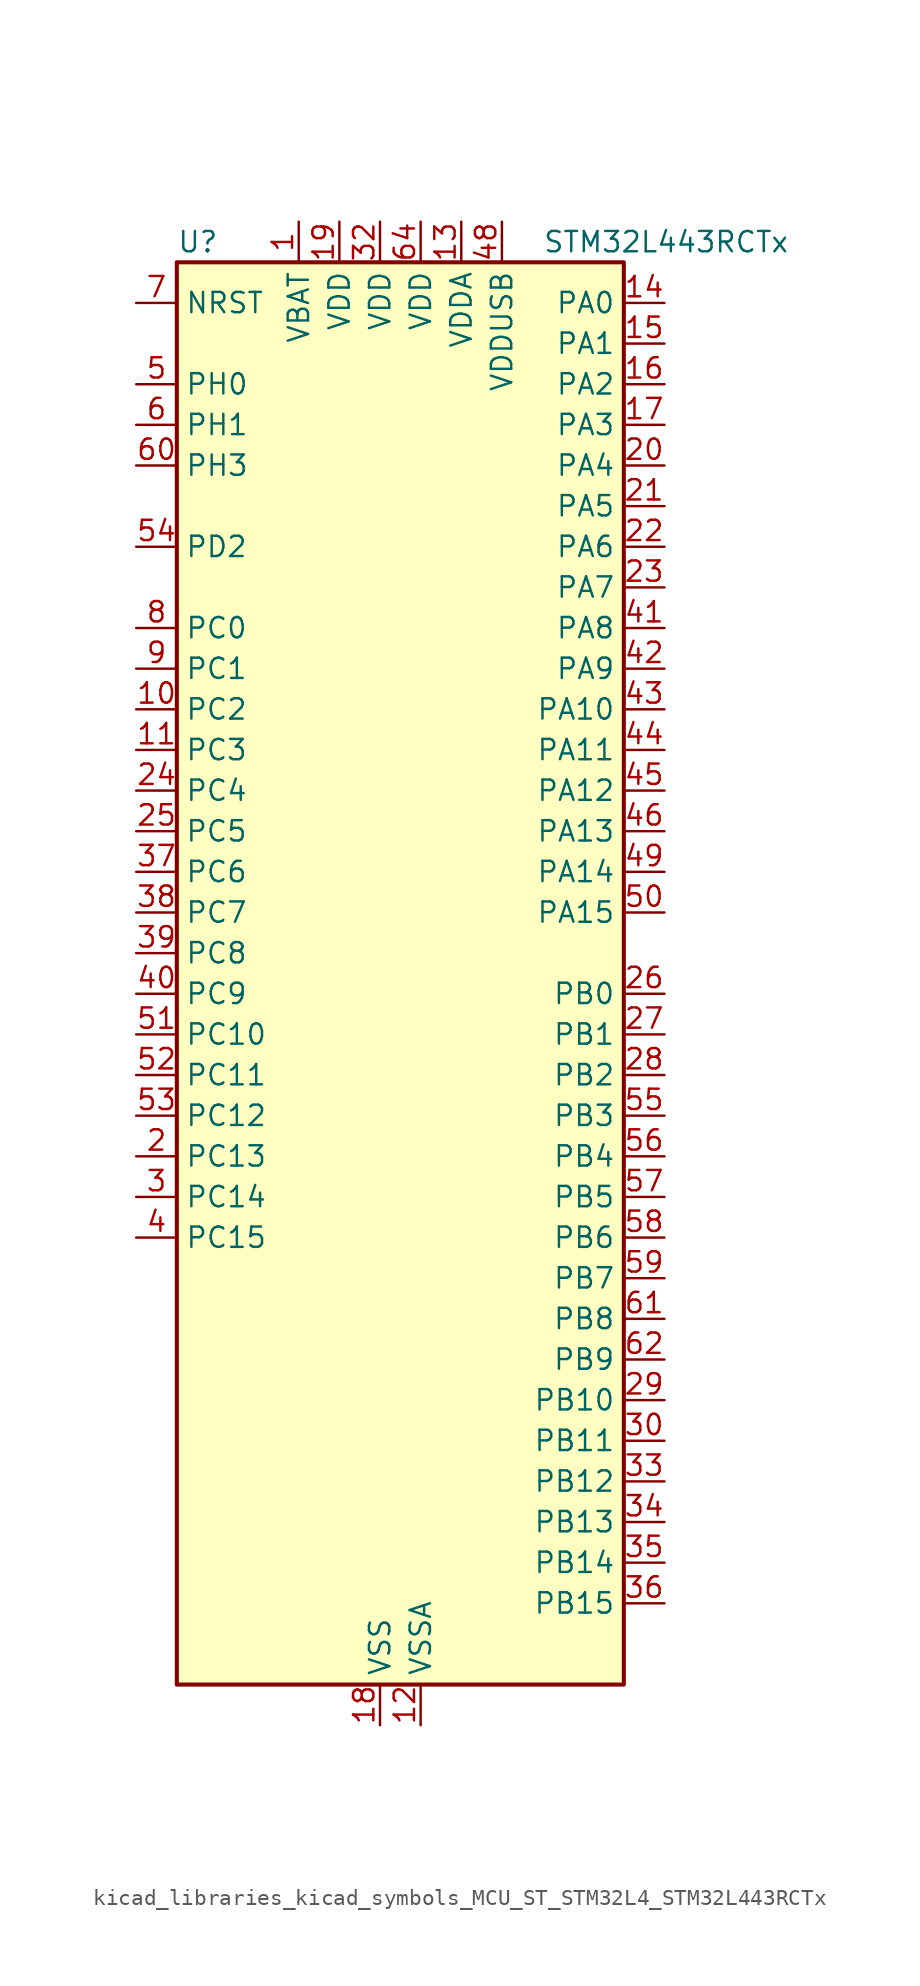
<source format=kicad_sym>
(kicad_symbol_lib
  (version 20220914)
  (generator kicad_symbol_editor)
  (symbol "kicad_libraries_kicad_symbols_MCU_ST_STM32L4_STM32L443RCTx"
    (property "Reference" "U"
      (at -12.7 46.99 0)
      (effects (font (size 1.27 1.27)) (justify left)))
    (property "Value" "STM32L443RCTx"
      (at 10.16 46.99 0)
      (effects (font (size 1.27 1.27)) (justify left)))
    (property "ki_locked" ""
      (at 0 0 0)
      (effects (font (size 1.27 1.27))))
    (symbol "kicad_libraries_kicad_symbols_MCU_ST_STM32L4_STM32L443RCTx_0_1"
      (rectangle (start -12.7 -43.18) (end 15.24 45.72) (stroke (width 0.254) (type default)) (fill (type background))))
    (symbol "kicad_libraries_kicad_symbols_MCU_ST_STM32L4_STM32L443RCTx_1_1"
      (pin power_in line (at -5.08 48.26 270) (length 2.54) (name "VBAT" (effects (font (size 1.27 1.27)))) (number "1" (effects (font (size 1.27 1.27)))))
      (pin bidirectional line (at -15.24 17.78 0) (length 2.54) (name "PC2" (effects (font (size 1.27 1.27)))) (number "10" (effects (font (size 1.27 1.27)))) (alternate "ADC1_IN3" bidirectional line) (alternate "LCD_SEG20" bidirectional line) (alternate "LPTIM1_IN2" bidirectional line) (alternate "SPI2_MISO" bidirectional line))
      (pin bidirectional line (at -15.24 15.24 0) (length 2.54) (name "PC3" (effects (font (size 1.27 1.27)))) (number "11" (effects (font (size 1.27 1.27)))) (alternate "ADC1_IN4" bidirectional line) (alternate "LCD_VLCD" bidirectional line) (alternate "LPTIM1_ETR" bidirectional line) (alternate "LPTIM2_ETR" bidirectional line) (alternate "SAI1_SD_A" bidirectional line) (alternate "SPI2_MOSI" bidirectional line))
      (pin power_in line (at 2.54 -45.72 90) (length 2.54) (name "VSSA" (effects (font (size 1.27 1.27)))) (number "12" (effects (font (size 1.27 1.27)))))
      (pin power_in line (at 5.08 48.26 270) (length 2.54) (name "VDDA" (effects (font (size 1.27 1.27)))) (number "13" (effects (font (size 1.27 1.27)))))
      (pin bidirectional line (at 17.78 43.18 180) (length 2.54) (name "PA0" (effects (font (size 1.27 1.27)))) (number "14" (effects (font (size 1.27 1.27)))) (alternate "ADC1_IN5" bidirectional line) (alternate "COMP1_INM" bidirectional line) (alternate "COMP1_OUT" bidirectional line) (alternate "OPAMP1_VINP" bidirectional line) (alternate "RTC_TAMP2" bidirectional line) (alternate "SAI1_EXTCLK" bidirectional line) (alternate "SYS_WKUP1" bidirectional line) (alternate "TIM2_CH1" bidirectional line) (alternate "TIM2_ETR" bidirectional line) (alternate "USART2_CTS" bidirectional line))
      (pin bidirectional line (at 17.78 40.64 180) (length 2.54) (name "PA1" (effects (font (size 1.27 1.27)))) (number "15" (effects (font (size 1.27 1.27)))) (alternate "ADC1_IN6" bidirectional line) (alternate "COMP1_INP" bidirectional line) (alternate "I2C1_SMBA" bidirectional line) (alternate "LCD_SEG0" bidirectional line) (alternate "OPAMP1_VINM" bidirectional line) (alternate "SPI1_SCK" bidirectional line) (alternate "TIM15_CH1N" bidirectional line) (alternate "TIM2_CH2" bidirectional line) (alternate "USART2_DE" bidirectional line) (alternate "USART2_RTS" bidirectional line))
      (pin bidirectional line (at 17.78 38.1 180) (length 2.54) (name "PA2" (effects (font (size 1.27 1.27)))) (number "16" (effects (font (size 1.27 1.27)))) (alternate "ADC1_IN7" bidirectional line) (alternate "COMP2_INM" bidirectional line) (alternate "COMP2_OUT" bidirectional line) (alternate "LCD_SEG1" bidirectional line) (alternate "LPUART1_TX" bidirectional line) (alternate "QUADSPI_BK1_NCS" bidirectional line) (alternate "RCC_LSCO" bidirectional line) (alternate "SYS_WKUP4" bidirectional line) (alternate "TIM15_CH1" bidirectional line) (alternate "TIM2_CH3" bidirectional line) (alternate "USART2_TX" bidirectional line))
      (pin bidirectional line (at 17.78 35.56 180) (length 2.54) (name "PA3" (effects (font (size 1.27 1.27)))) (number "17" (effects (font (size 1.27 1.27)))) (alternate "ADC1_IN8" bidirectional line) (alternate "COMP2_INP" bidirectional line) (alternate "LCD_SEG2" bidirectional line) (alternate "LPUART1_RX" bidirectional line) (alternate "OPAMP1_VOUT" bidirectional line) (alternate "QUADSPI_CLK" bidirectional line) (alternate "SAI1_MCLK_A" bidirectional line) (alternate "TIM15_CH2" bidirectional line) (alternate "TIM2_CH4" bidirectional line) (alternate "USART2_RX" bidirectional line))
      (pin power_in line (at 0 -45.72 90) (length 2.54) (name "VSS" (effects (font (size 1.27 1.27)))) (number "18" (effects (font (size 1.27 1.27)))))
      (pin power_in line (at -2.54 48.26 270) (length 2.54) (name "VDD" (effects (font (size 1.27 1.27)))) (number "19" (effects (font (size 1.27 1.27)))))
      (pin bidirectional line (at -15.24 -10.16 0) (length 2.54) (name "PC13" (effects (font (size 1.27 1.27)))) (number "2" (effects (font (size 1.27 1.27)))) (alternate "RTC_OUT_ALARM" bidirectional line) (alternate "RTC_OUT_CALIB" bidirectional line) (alternate "RTC_TAMP1" bidirectional line) (alternate "RTC_TS" bidirectional line) (alternate "SYS_WKUP2" bidirectional line))
      (pin bidirectional line (at 17.78 33.02 180) (length 2.54) (name "PA4" (effects (font (size 1.27 1.27)))) (number "20" (effects (font (size 1.27 1.27)))) (alternate "ADC1_IN9" bidirectional line) (alternate "COMP1_INM" bidirectional line) (alternate "COMP2_INM" bidirectional line) (alternate "DAC1_OUT1" bidirectional line) (alternate "LPTIM2_OUT" bidirectional line) (alternate "SAI1_FS_B" bidirectional line) (alternate "SPI1_NSS" bidirectional line) (alternate "SPI3_NSS" bidirectional line) (alternate "USART2_CK" bidirectional line))
      (pin bidirectional line (at 17.78 30.48 180) (length 2.54) (name "PA5" (effects (font (size 1.27 1.27)))) (number "21" (effects (font (size 1.27 1.27)))) (alternate "ADC1_IN10" bidirectional line) (alternate "COMP1_INM" bidirectional line) (alternate "COMP2_INM" bidirectional line) (alternate "DAC1_OUT2" bidirectional line) (alternate "LPTIM2_ETR" bidirectional line) (alternate "SPI1_SCK" bidirectional line) (alternate "TIM2_CH1" bidirectional line) (alternate "TIM2_ETR" bidirectional line))
      (pin bidirectional line (at 17.78 27.94 180) (length 2.54) (name "PA6" (effects (font (size 1.27 1.27)))) (number "22" (effects (font (size 1.27 1.27)))) (alternate "ADC1_IN11" bidirectional line) (alternate "COMP1_OUT" bidirectional line) (alternate "LCD_SEG3" bidirectional line) (alternate "LPUART1_CTS" bidirectional line) (alternate "QUADSPI_BK1_IO3" bidirectional line) (alternate "SPI1_MISO" bidirectional line) (alternate "TIM16_CH1" bidirectional line) (alternate "TIM1_BKIN" bidirectional line) (alternate "TIM1_BKIN_COMP2" bidirectional line) (alternate "USART3_CTS" bidirectional line))
      (pin bidirectional line (at 17.78 25.4 180) (length 2.54) (name "PA7" (effects (font (size 1.27 1.27)))) (number "23" (effects (font (size 1.27 1.27)))) (alternate "ADC1_IN12" bidirectional line) (alternate "COMP2_OUT" bidirectional line) (alternate "I2C3_SCL" bidirectional line) (alternate "LCD_SEG4" bidirectional line) (alternate "QUADSPI_BK1_IO2" bidirectional line) (alternate "SPI1_MOSI" bidirectional line) (alternate "TIM1_CH1N" bidirectional line))
      (pin bidirectional line (at -15.24 12.7 0) (length 2.54) (name "PC4" (effects (font (size 1.27 1.27)))) (number "24" (effects (font (size 1.27 1.27)))) (alternate "ADC1_IN13" bidirectional line) (alternate "COMP1_INM" bidirectional line) (alternate "LCD_SEG22" bidirectional line) (alternate "USART3_TX" bidirectional line))
      (pin bidirectional line (at -15.24 10.16 0) (length 2.54) (name "PC5" (effects (font (size 1.27 1.27)))) (number "25" (effects (font (size 1.27 1.27)))) (alternate "ADC1_IN14" bidirectional line) (alternate "COMP1_INP" bidirectional line) (alternate "LCD_SEG23" bidirectional line) (alternate "SYS_WKUP5" bidirectional line) (alternate "USART3_RX" bidirectional line))
      (pin bidirectional line (at 17.78 0 180) (length 2.54) (name "PB0" (effects (font (size 1.27 1.27)))) (number "26" (effects (font (size 1.27 1.27)))) (alternate "ADC1_IN15" bidirectional line) (alternate "COMP1_OUT" bidirectional line) (alternate "LCD_SEG5" bidirectional line) (alternate "QUADSPI_BK1_IO1" bidirectional line) (alternate "SAI1_EXTCLK" bidirectional line) (alternate "SPI1_NSS" bidirectional line) (alternate "TIM1_CH2N" bidirectional line) (alternate "USART3_CK" bidirectional line))
      (pin bidirectional line (at 17.78 -2.54 180) (length 2.54) (name "PB1" (effects (font (size 1.27 1.27)))) (number "27" (effects (font (size 1.27 1.27)))) (alternate "ADC1_IN16" bidirectional line) (alternate "COMP1_INM" bidirectional line) (alternate "LCD_SEG6" bidirectional line) (alternate "LPTIM2_IN1" bidirectional line) (alternate "LPUART1_DE" bidirectional line) (alternate "LPUART1_RTS" bidirectional line) (alternate "QUADSPI_BK1_IO0" bidirectional line) (alternate "TIM1_CH3N" bidirectional line) (alternate "USART3_DE" bidirectional line) (alternate "USART3_RTS" bidirectional line))
      (pin bidirectional line (at 17.78 -5.08 180) (length 2.54) (name "PB2" (effects (font (size 1.27 1.27)))) (number "28" (effects (font (size 1.27 1.27)))) (alternate "COMP1_INP" bidirectional line) (alternate "I2C3_SMBA" bidirectional line) (alternate "LCD_VLCD" bidirectional line) (alternate "LPTIM1_OUT" bidirectional line) (alternate "RTC_OUT_ALARM" bidirectional line) (alternate "RTC_OUT_CALIB" bidirectional line))
      (pin bidirectional line (at 17.78 -25.4 180) (length 2.54) (name "PB10" (effects (font (size 1.27 1.27)))) (number "29" (effects (font (size 1.27 1.27)))) (alternate "COMP1_OUT" bidirectional line) (alternate "I2C2_SCL" bidirectional line) (alternate "LCD_SEG10" bidirectional line) (alternate "LPUART1_RX" bidirectional line) (alternate "QUADSPI_CLK" bidirectional line) (alternate "SAI1_SCK_A" bidirectional line) (alternate "SPI2_SCK" bidirectional line) (alternate "TIM2_CH3" bidirectional line) (alternate "TSC_SYNC" bidirectional line) (alternate "USART3_TX" bidirectional line))
      (pin bidirectional line (at -15.24 -12.7 0) (length 2.54) (name "PC14" (effects (font (size 1.27 1.27)))) (number "3" (effects (font (size 1.27 1.27)))) (alternate "RCC_OSC32_IN" bidirectional line))
      (pin bidirectional line (at 17.78 -27.94 180) (length 2.54) (name "PB11" (effects (font (size 1.27 1.27)))) (number "30" (effects (font (size 1.27 1.27)))) (alternate "ADC1_EXTI11" bidirectional line) (alternate "COMP2_OUT" bidirectional line) (alternate "I2C2_SDA" bidirectional line) (alternate "LCD_SEG11" bidirectional line) (alternate "LPUART1_TX" bidirectional line) (alternate "QUADSPI_BK1_NCS" bidirectional line) (alternate "TIM2_CH4" bidirectional line) (alternate "USART3_RX" bidirectional line))
      (pin passive line (at 0 -45.72 90) (length 2.54) hide (name "VSS" (effects (font (size 1.27 1.27)))) (number "31" (effects (font (size 1.27 1.27)))))
      (pin power_in line (at 0 48.26 270) (length 2.54) (name "VDD" (effects (font (size 1.27 1.27)))) (number "32" (effects (font (size 1.27 1.27)))))
      (pin bidirectional line (at 17.78 -30.48 180) (length 2.54) (name "PB12" (effects (font (size 1.27 1.27)))) (number "33" (effects (font (size 1.27 1.27)))) (alternate "I2C2_SMBA" bidirectional line) (alternate "LCD_SEG12" bidirectional line) (alternate "LPUART1_DE" bidirectional line) (alternate "LPUART1_RTS" bidirectional line) (alternate "SAI1_FS_A" bidirectional line) (alternate "SPI2_NSS" bidirectional line) (alternate "SWPMI1_IO" bidirectional line) (alternate "TIM15_BKIN" bidirectional line) (alternate "TIM1_BKIN" bidirectional line) (alternate "TIM1_BKIN_COMP2" bidirectional line) (alternate "TSC_G1_IO1" bidirectional line) (alternate "USART3_CK" bidirectional line))
      (pin bidirectional line (at 17.78 -33.02 180) (length 2.54) (name "PB13" (effects (font (size 1.27 1.27)))) (number "34" (effects (font (size 1.27 1.27)))) (alternate "I2C2_SCL" bidirectional line) (alternate "LCD_SEG13" bidirectional line) (alternate "LPUART1_CTS" bidirectional line) (alternate "SAI1_SCK_A" bidirectional line) (alternate "SPI2_SCK" bidirectional line) (alternate "SWPMI1_TX" bidirectional line) (alternate "TIM15_CH1N" bidirectional line) (alternate "TIM1_CH1N" bidirectional line) (alternate "TSC_G1_IO2" bidirectional line) (alternate "USART3_CTS" bidirectional line))
      (pin bidirectional line (at 17.78 -35.56 180) (length 2.54) (name "PB14" (effects (font (size 1.27 1.27)))) (number "35" (effects (font (size 1.27 1.27)))) (alternate "I2C2_SDA" bidirectional line) (alternate "LCD_SEG14" bidirectional line) (alternate "SAI1_MCLK_A" bidirectional line) (alternate "SPI2_MISO" bidirectional line) (alternate "SWPMI1_RX" bidirectional line) (alternate "TIM15_CH1" bidirectional line) (alternate "TIM1_CH2N" bidirectional line) (alternate "TSC_G1_IO3" bidirectional line) (alternate "USART3_DE" bidirectional line) (alternate "USART3_RTS" bidirectional line))
      (pin bidirectional line (at 17.78 -38.1 180) (length 2.54) (name "PB15" (effects (font (size 1.27 1.27)))) (number "36" (effects (font (size 1.27 1.27)))) (alternate "ADC1_EXTI15" bidirectional line) (alternate "LCD_SEG15" bidirectional line) (alternate "RTC_REFIN" bidirectional line) (alternate "SAI1_SD_A" bidirectional line) (alternate "SPI2_MOSI" bidirectional line) (alternate "SWPMI1_SUSPEND" bidirectional line) (alternate "TIM15_CH2" bidirectional line) (alternate "TIM1_CH3N" bidirectional line) (alternate "TSC_G1_IO4" bidirectional line))
      (pin bidirectional line (at -15.24 7.62 0) (length 2.54) (name "PC6" (effects (font (size 1.27 1.27)))) (number "37" (effects (font (size 1.27 1.27)))) (alternate "LCD_SEG24" bidirectional line) (alternate "SDMMC1_D6" bidirectional line) (alternate "TSC_G4_IO1" bidirectional line))
      (pin bidirectional line (at -15.24 5.08 0) (length 2.54) (name "PC7" (effects (font (size 1.27 1.27)))) (number "38" (effects (font (size 1.27 1.27)))) (alternate "LCD_SEG25" bidirectional line) (alternate "SDMMC1_D7" bidirectional line) (alternate "TSC_G4_IO2" bidirectional line))
      (pin bidirectional line (at -15.24 2.54 0) (length 2.54) (name "PC8" (effects (font (size 1.27 1.27)))) (number "39" (effects (font (size 1.27 1.27)))) (alternate "LCD_SEG26" bidirectional line) (alternate "SDMMC1_D0" bidirectional line) (alternate "TSC_G4_IO3" bidirectional line))
      (pin bidirectional line (at -15.24 -15.24 0) (length 2.54) (name "PC15" (effects (font (size 1.27 1.27)))) (number "4" (effects (font (size 1.27 1.27)))) (alternate "ADC1_EXTI15" bidirectional line) (alternate "RCC_OSC32_OUT" bidirectional line))
      (pin bidirectional line (at -15.24 0 0) (length 2.54) (name "PC9" (effects (font (size 1.27 1.27)))) (number "40" (effects (font (size 1.27 1.27)))) (alternate "DAC1_EXTI9" bidirectional line) (alternate "LCD_SEG27" bidirectional line) (alternate "SDMMC1_D1" bidirectional line) (alternate "TSC_G4_IO4" bidirectional line) (alternate "USB_NOE" bidirectional line))
      (pin bidirectional line (at 17.78 22.86 180) (length 2.54) (name "PA8" (effects (font (size 1.27 1.27)))) (number "41" (effects (font (size 1.27 1.27)))) (alternate "LCD_COM0" bidirectional line) (alternate "LPTIM2_OUT" bidirectional line) (alternate "RCC_MCO" bidirectional line) (alternate "SAI1_SCK_A" bidirectional line) (alternate "SWPMI1_IO" bidirectional line) (alternate "TIM1_CH1" bidirectional line) (alternate "USART1_CK" bidirectional line))
      (pin bidirectional line (at 17.78 20.32 180) (length 2.54) (name "PA9" (effects (font (size 1.27 1.27)))) (number "42" (effects (font (size 1.27 1.27)))) (alternate "DAC1_EXTI9" bidirectional line) (alternate "I2C1_SCL" bidirectional line) (alternate "LCD_COM1" bidirectional line) (alternate "SAI1_FS_A" bidirectional line) (alternate "TIM15_BKIN" bidirectional line) (alternate "TIM1_CH2" bidirectional line) (alternate "USART1_TX" bidirectional line))
      (pin bidirectional line (at 17.78 17.78 180) (length 2.54) (name "PA10" (effects (font (size 1.27 1.27)))) (number "43" (effects (font (size 1.27 1.27)))) (alternate "CRS_SYNC" bidirectional line) (alternate "I2C1_SDA" bidirectional line) (alternate "LCD_COM2" bidirectional line) (alternate "SAI1_SD_A" bidirectional line) (alternate "TIM1_CH3" bidirectional line) (alternate "USART1_RX" bidirectional line))
      (pin bidirectional line (at 17.78 15.24 180) (length 2.54) (name "PA11" (effects (font (size 1.27 1.27)))) (number "44" (effects (font (size 1.27 1.27)))) (alternate "ADC1_EXTI11" bidirectional line) (alternate "CAN1_RX" bidirectional line) (alternate "COMP1_OUT" bidirectional line) (alternate "SPI1_MISO" bidirectional line) (alternate "TIM1_BKIN2" bidirectional line) (alternate "TIM1_BKIN2_COMP1" bidirectional line) (alternate "TIM1_CH4" bidirectional line) (alternate "USART1_CTS" bidirectional line) (alternate "USB_DM" bidirectional line))
      (pin bidirectional line (at 17.78 12.7 180) (length 2.54) (name "PA12" (effects (font (size 1.27 1.27)))) (number "45" (effects (font (size 1.27 1.27)))) (alternate "CAN1_TX" bidirectional line) (alternate "SPI1_MOSI" bidirectional line) (alternate "TIM1_ETR" bidirectional line) (alternate "USART1_DE" bidirectional line) (alternate "USART1_RTS" bidirectional line) (alternate "USB_DP" bidirectional line))
      (pin bidirectional line (at 17.78 10.16 180) (length 2.54) (name "PA13" (effects (font (size 1.27 1.27)))) (number "46" (effects (font (size 1.27 1.27)))) (alternate "IR_OUT" bidirectional line) (alternate "SAI1_SD_B" bidirectional line) (alternate "SWPMI1_TX" bidirectional line) (alternate "SYS_JTMS-SWDIO" bidirectional line) (alternate "USB_NOE" bidirectional line))
      (pin passive line (at 0 -45.72 90) (length 2.54) hide (name "VSS" (effects (font (size 1.27 1.27)))) (number "47" (effects (font (size 1.27 1.27)))))
      (pin power_in line (at 7.62 48.26 270) (length 2.54) (name "VDDUSB" (effects (font (size 1.27 1.27)))) (number "48" (effects (font (size 1.27 1.27)))))
      (pin bidirectional line (at 17.78 7.62 180) (length 2.54) (name "PA14" (effects (font (size 1.27 1.27)))) (number "49" (effects (font (size 1.27 1.27)))) (alternate "I2C1_SMBA" bidirectional line) (alternate "LPTIM1_OUT" bidirectional line) (alternate "SAI1_FS_B" bidirectional line) (alternate "SWPMI1_RX" bidirectional line) (alternate "SYS_JTCK-SWCLK" bidirectional line))
      (pin bidirectional line (at -15.24 38.1 0) (length 2.54) (name "PH0" (effects (font (size 1.27 1.27)))) (number "5" (effects (font (size 1.27 1.27)))) (alternate "RCC_OSC_IN" bidirectional line))
      (pin bidirectional line (at 17.78 5.08 180) (length 2.54) (name "PA15" (effects (font (size 1.27 1.27)))) (number "50" (effects (font (size 1.27 1.27)))) (alternate "ADC1_EXTI15" bidirectional line) (alternate "LCD_SEG17" bidirectional line) (alternate "SPI1_NSS" bidirectional line) (alternate "SPI3_NSS" bidirectional line) (alternate "SWPMI1_SUSPEND" bidirectional line) (alternate "SYS_JTDI" bidirectional line) (alternate "TIM2_CH1" bidirectional line) (alternate "TIM2_ETR" bidirectional line) (alternate "TSC_G3_IO1" bidirectional line) (alternate "USART2_RX" bidirectional line) (alternate "USART3_DE" bidirectional line) (alternate "USART3_RTS" bidirectional line))
      (pin bidirectional line (at -15.24 -2.54 0) (length 2.54) (name "PC10" (effects (font (size 1.27 1.27)))) (number "51" (effects (font (size 1.27 1.27)))) (alternate "LCD_COM4" bidirectional line) (alternate "LCD_SEG28" bidirectional line) (alternate "LCD_SEG40" bidirectional line) (alternate "SDMMC1_D2" bidirectional line) (alternate "SPI3_SCK" bidirectional line) (alternate "TSC_G3_IO2" bidirectional line) (alternate "USART3_TX" bidirectional line))
      (pin bidirectional line (at -15.24 -5.08 0) (length 2.54) (name "PC11" (effects (font (size 1.27 1.27)))) (number "52" (effects (font (size 1.27 1.27)))) (alternate "ADC1_EXTI11" bidirectional line) (alternate "LCD_COM5" bidirectional line) (alternate "LCD_SEG29" bidirectional line) (alternate "LCD_SEG41" bidirectional line) (alternate "SDMMC1_D3" bidirectional line) (alternate "SPI3_MISO" bidirectional line) (alternate "TSC_G3_IO3" bidirectional line) (alternate "USART3_RX" bidirectional line))
      (pin bidirectional line (at -15.24 -7.62 0) (length 2.54) (name "PC12" (effects (font (size 1.27 1.27)))) (number "53" (effects (font (size 1.27 1.27)))) (alternate "LCD_COM6" bidirectional line) (alternate "LCD_SEG30" bidirectional line) (alternate "LCD_SEG42" bidirectional line) (alternate "SDMMC1_CK" bidirectional line) (alternate "SPI3_MOSI" bidirectional line) (alternate "TSC_G3_IO4" bidirectional line) (alternate "USART3_CK" bidirectional line))
      (pin bidirectional line (at -15.24 27.94 0) (length 2.54) (name "PD2" (effects (font (size 1.27 1.27)))) (number "54" (effects (font (size 1.27 1.27)))) (alternate "LCD_COM7" bidirectional line) (alternate "LCD_SEG31" bidirectional line) (alternate "LCD_SEG43" bidirectional line) (alternate "SDMMC1_CMD" bidirectional line) (alternate "TSC_SYNC" bidirectional line) (alternate "USART3_DE" bidirectional line) (alternate "USART3_RTS" bidirectional line))
      (pin bidirectional line (at 17.78 -7.62 180) (length 2.54) (name "PB3" (effects (font (size 1.27 1.27)))) (number "55" (effects (font (size 1.27 1.27)))) (alternate "COMP2_INM" bidirectional line) (alternate "LCD_SEG7" bidirectional line) (alternate "SAI1_SCK_B" bidirectional line) (alternate "SPI1_SCK" bidirectional line) (alternate "SPI3_SCK" bidirectional line) (alternate "SYS_JTDO-SWO" bidirectional line) (alternate "TIM2_CH2" bidirectional line) (alternate "USART1_DE" bidirectional line) (alternate "USART1_RTS" bidirectional line))
      (pin bidirectional line (at 17.78 -10.16 180) (length 2.54) (name "PB4" (effects (font (size 1.27 1.27)))) (number "56" (effects (font (size 1.27 1.27)))) (alternate "COMP2_INP" bidirectional line) (alternate "I2C3_SDA" bidirectional line) (alternate "LCD_SEG8" bidirectional line) (alternate "SAI1_MCLK_B" bidirectional line) (alternate "SPI1_MISO" bidirectional line) (alternate "SPI3_MISO" bidirectional line) (alternate "SYS_JTRST" bidirectional line) (alternate "TSC_G2_IO1" bidirectional line) (alternate "USART1_CTS" bidirectional line))
      (pin bidirectional line (at 17.78 -12.7 180) (length 2.54) (name "PB5" (effects (font (size 1.27 1.27)))) (number "57" (effects (font (size 1.27 1.27)))) (alternate "COMP2_OUT" bidirectional line) (alternate "I2C1_SMBA" bidirectional line) (alternate "LCD_SEG9" bidirectional line) (alternate "LPTIM1_IN1" bidirectional line) (alternate "SAI1_SD_B" bidirectional line) (alternate "SPI1_MOSI" bidirectional line) (alternate "SPI3_MOSI" bidirectional line) (alternate "TIM16_BKIN" bidirectional line) (alternate "TSC_G2_IO2" bidirectional line) (alternate "USART1_CK" bidirectional line))
      (pin bidirectional line (at 17.78 -15.24 180) (length 2.54) (name "PB6" (effects (font (size 1.27 1.27)))) (number "58" (effects (font (size 1.27 1.27)))) (alternate "COMP2_INP" bidirectional line) (alternate "I2C1_SCL" bidirectional line) (alternate "LPTIM1_ETR" bidirectional line) (alternate "SAI1_FS_B" bidirectional line) (alternate "TIM16_CH1N" bidirectional line) (alternate "TSC_G2_IO3" bidirectional line) (alternate "USART1_TX" bidirectional line))
      (pin bidirectional line (at 17.78 -17.78 180) (length 2.54) (name "PB7" (effects (font (size 1.27 1.27)))) (number "59" (effects (font (size 1.27 1.27)))) (alternate "COMP2_INM" bidirectional line) (alternate "I2C1_SDA" bidirectional line) (alternate "LCD_SEG21" bidirectional line) (alternate "LPTIM1_IN2" bidirectional line) (alternate "SYS_PVD_IN" bidirectional line) (alternate "TSC_G2_IO4" bidirectional line) (alternate "USART1_RX" bidirectional line))
      (pin bidirectional line (at -15.24 35.56 0) (length 2.54) (name "PH1" (effects (font (size 1.27 1.27)))) (number "6" (effects (font (size 1.27 1.27)))) (alternate "RCC_OSC_OUT" bidirectional line))
      (pin bidirectional line (at -15.24 33.02 0) (length 2.54) (name "PH3" (effects (font (size 1.27 1.27)))) (number "60" (effects (font (size 1.27 1.27)))))
      (pin bidirectional line (at 17.78 -20.32 180) (length 2.54) (name "PB8" (effects (font (size 1.27 1.27)))) (number "61" (effects (font (size 1.27 1.27)))) (alternate "CAN1_RX" bidirectional line) (alternate "I2C1_SCL" bidirectional line) (alternate "LCD_SEG16" bidirectional line) (alternate "SAI1_MCLK_A" bidirectional line) (alternate "SDMMC1_D4" bidirectional line) (alternate "TIM16_CH1" bidirectional line))
      (pin bidirectional line (at 17.78 -22.86 180) (length 2.54) (name "PB9" (effects (font (size 1.27 1.27)))) (number "62" (effects (font (size 1.27 1.27)))) (alternate "CAN1_TX" bidirectional line) (alternate "DAC1_EXTI9" bidirectional line) (alternate "I2C1_SDA" bidirectional line) (alternate "IR_OUT" bidirectional line) (alternate "LCD_COM3" bidirectional line) (alternate "SAI1_FS_A" bidirectional line) (alternate "SDMMC1_D5" bidirectional line) (alternate "SPI2_NSS" bidirectional line))
      (pin passive line (at 0 -45.72 90) (length 2.54) hide (name "VSS" (effects (font (size 1.27 1.27)))) (number "63" (effects (font (size 1.27 1.27)))))
      (pin power_in line (at 2.54 48.26 270) (length 2.54) (name "VDD" (effects (font (size 1.27 1.27)))) (number "64" (effects (font (size 1.27 1.27)))))
      (pin input line (at -15.24 43.18 0) (length 2.54) (name "NRST" (effects (font (size 1.27 1.27)))) (number "7" (effects (font (size 1.27 1.27)))))
      (pin bidirectional line (at -15.24 22.86 0) (length 2.54) (name "PC0" (effects (font (size 1.27 1.27)))) (number "8" (effects (font (size 1.27 1.27)))) (alternate "ADC1_IN1" bidirectional line) (alternate "I2C3_SCL" bidirectional line) (alternate "LCD_SEG18" bidirectional line) (alternate "LPTIM1_IN1" bidirectional line) (alternate "LPTIM2_IN1" bidirectional line) (alternate "LPUART1_RX" bidirectional line))
      (pin bidirectional line (at -15.24 20.32 0) (length 2.54) (name "PC1" (effects (font (size 1.27 1.27)))) (number "9" (effects (font (size 1.27 1.27)))) (alternate "ADC1_IN2" bidirectional line) (alternate "I2C3_SDA" bidirectional line) (alternate "LCD_SEG19" bidirectional line) (alternate "LPTIM1_OUT" bidirectional line) (alternate "LPUART1_TX" bidirectional line)))))
</source>
